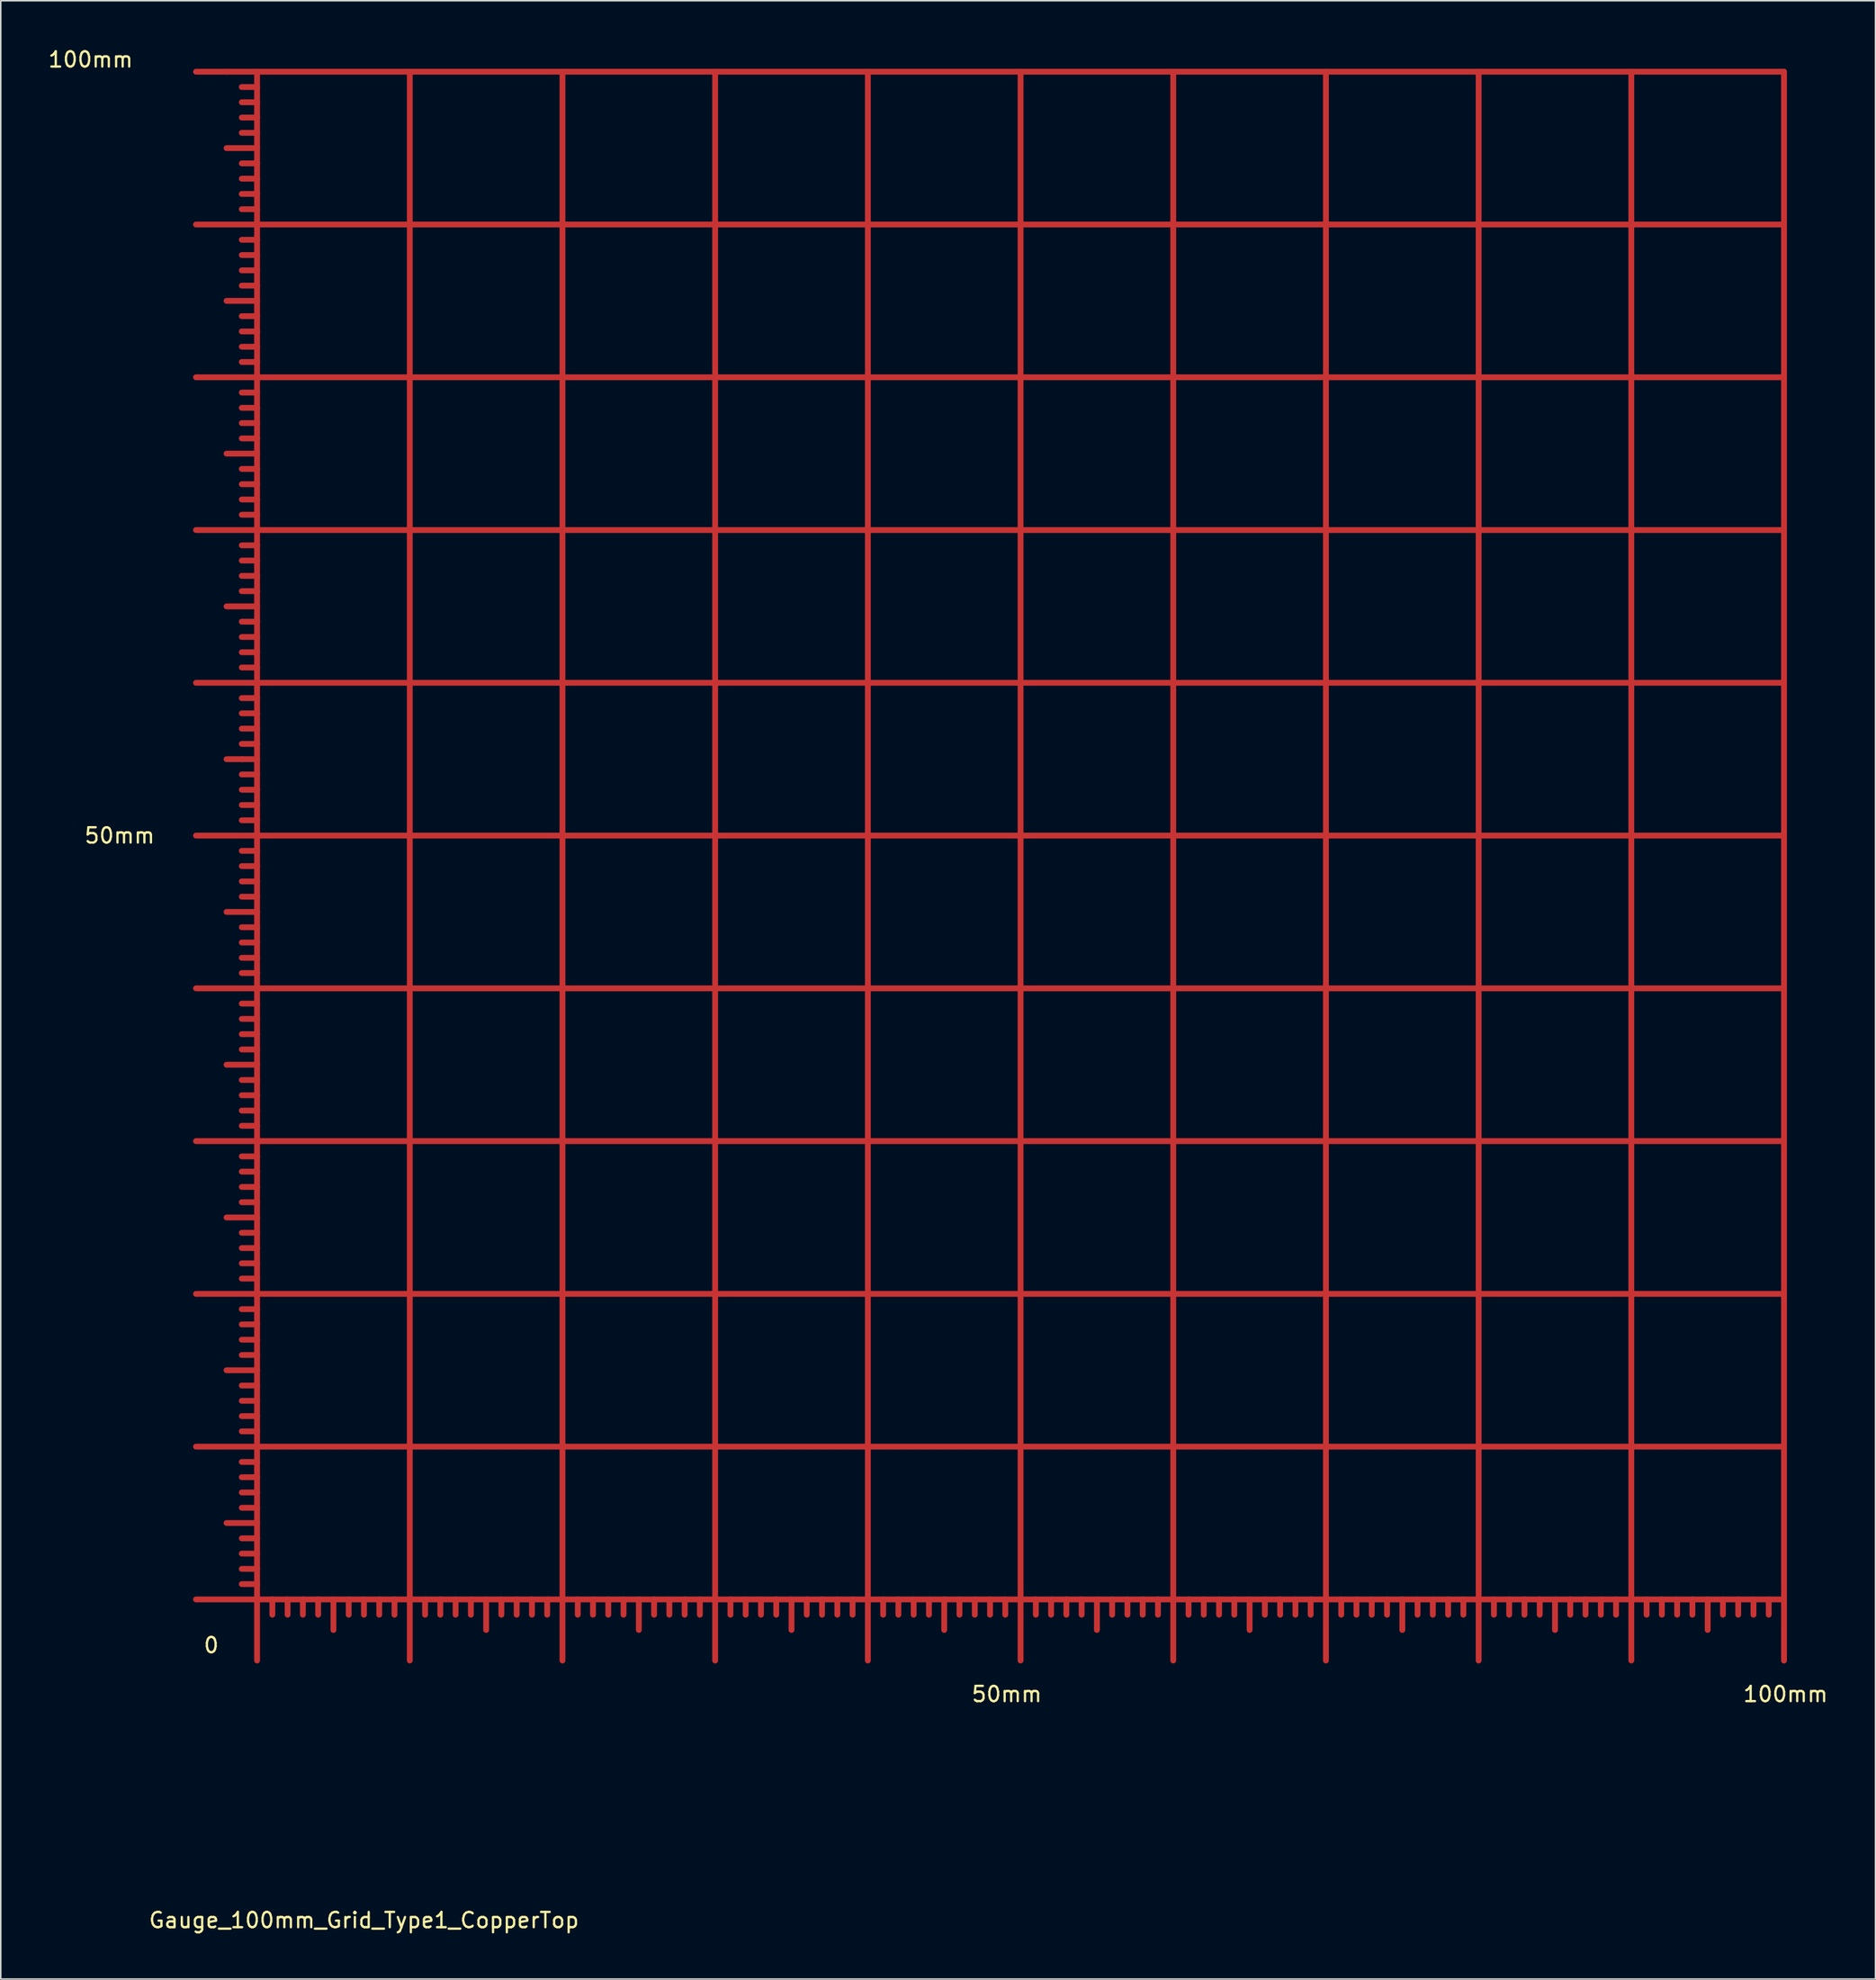
<source format=kicad_pcb>
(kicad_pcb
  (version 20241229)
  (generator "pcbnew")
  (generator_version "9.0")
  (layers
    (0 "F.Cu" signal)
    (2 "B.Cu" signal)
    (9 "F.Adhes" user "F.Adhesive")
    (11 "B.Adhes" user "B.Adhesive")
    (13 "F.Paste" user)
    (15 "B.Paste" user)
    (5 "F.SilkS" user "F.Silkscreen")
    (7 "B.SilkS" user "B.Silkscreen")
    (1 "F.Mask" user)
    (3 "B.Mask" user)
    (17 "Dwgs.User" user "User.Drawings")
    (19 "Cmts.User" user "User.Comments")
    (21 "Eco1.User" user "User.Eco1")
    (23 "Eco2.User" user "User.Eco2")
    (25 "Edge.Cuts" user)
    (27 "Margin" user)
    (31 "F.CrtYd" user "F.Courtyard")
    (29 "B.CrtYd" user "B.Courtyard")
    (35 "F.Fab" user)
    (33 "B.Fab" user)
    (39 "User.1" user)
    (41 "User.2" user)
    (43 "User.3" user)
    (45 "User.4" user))
  (footprint "Gauge_100mm_Grid_Type1_CopperTop"
    (layer "F.Cu")
    (at 13.786 101.646)
    (property "Reference" "Gauge_100mm_Grid_Type1_CopperTop" (at 7 21.001 0) (layer "F.SilkS") (effects (font (size 1 1) (thickness 0.15))))
    (attr through_hole)
    (fp_line (start -1.999 -100) (end -4 -100) (stroke (width 0.381) (type solid)) (layer "F.Cu"))
    (fp_line (start -1.001 -55.001) (end -1.999 -55.001) (stroke (width 0.381) (type solid)) (layer "F.Cu"))
    (fp_line (start 0 -100) (end -1.999 -100) (stroke (width 0.381) (type solid)) (layer "F.Cu"))
    (fp_line (start 0 -100) (end 100 -100) (stroke (width 0.381) (type solid)) (layer "F.Cu"))
    (fp_line (start 0 -98.999) (end -1.001 -98.999) (stroke (width 0.381) (type solid)) (layer "F.Cu"))
    (fp_line (start 0 -98.001) (end -1.001 -98.001) (stroke (width 0.381) (type solid)) (layer "F.Cu"))
    (fp_line (start 0 -97) (end -1.001 -97) (stroke (width 0.381) (type solid)) (layer "F.Cu"))
    (fp_line (start 0 -95.999) (end -1.001 -95.999) (stroke (width 0.381) (type solid)) (layer "F.Cu"))
    (fp_line (start 0 -95.001) (end -1.999 -95.001) (stroke (width 0.381) (type solid)) (layer "F.Cu"))
    (fp_line (start 0 -94) (end -1.001 -94) (stroke (width 0.381) (type solid)) (layer "F.Cu"))
    (fp_line (start 0 -93) (end -1.001 -93) (stroke (width 0.381) (type solid)) (layer "F.Cu"))
    (fp_line (start 0 -91.999) (end -1.001 -91.999) (stroke (width 0.381) (type solid)) (layer "F.Cu"))
    (fp_line (start 0 -91.001) (end -1.001 -91.001) (stroke (width 0.381) (type solid)) (layer "F.Cu"))
    (fp_line (start 0 -90) (end -4 -90) (stroke (width 0.381) (type solid)) (layer "F.Cu"))
    (fp_line (start 0 -90) (end 100 -90) (stroke (width 0.381) (type solid)) (layer "F.Cu"))
    (fp_line (start 0 -88.999) (end -1.001 -88.999) (stroke (width 0.381) (type solid)) (layer "F.Cu"))
    (fp_line (start 0 -88.001) (end -1.001 -88.001) (stroke (width 0.381) (type solid)) (layer "F.Cu"))
    (fp_line (start 0 -87) (end -1.001 -87) (stroke (width 0.381) (type solid)) (layer "F.Cu"))
    (fp_line (start 0 -85.999) (end -1.001 -85.999) (stroke (width 0.381) (type solid)) (layer "F.Cu"))
    (fp_line (start 0 -85.001) (end -1.999 -85.001) (stroke (width 0.381) (type solid)) (layer "F.Cu"))
    (fp_line (start 0 -84) (end -1.001 -84) (stroke (width 0.381) (type solid)) (layer "F.Cu"))
    (fp_line (start 0 -83) (end -1.001 -83) (stroke (width 0.381) (type solid)) (layer "F.Cu"))
    (fp_line (start 0 -81.999) (end -1.001 -81.999) (stroke (width 0.381) (type solid)) (layer "F.Cu"))
    (fp_line (start 0 -81.001) (end -1.001 -81.001) (stroke (width 0.381) (type solid)) (layer "F.Cu"))
    (fp_line (start 0 -80) (end -4 -80) (stroke (width 0.381) (type solid)) (layer "F.Cu"))
    (fp_line (start 0 -80) (end 100 -80) (stroke (width 0.381) (type solid)) (layer "F.Cu"))
    (fp_line (start 0 -78.999) (end -1.001 -78.999) (stroke (width 0.381) (type solid)) (layer "F.Cu"))
    (fp_line (start 0 -78.001) (end -1.001 -78.001) (stroke (width 0.381) (type solid)) (layer "F.Cu"))
    (fp_line (start 0 -77) (end -1.001 -77) (stroke (width 0.381) (type solid)) (layer "F.Cu"))
    (fp_line (start 0 -75.999) (end -1.001 -75.999) (stroke (width 0.381) (type solid)) (layer "F.Cu"))
    (fp_line (start 0 -75.001) (end -1.999 -75.001) (stroke (width 0.381) (type solid)) (layer "F.Cu"))
    (fp_line (start 0 -74) (end -1.001 -74) (stroke (width 0.381) (type solid)) (layer "F.Cu"))
    (fp_line (start 0 -73) (end -1.001 -73) (stroke (width 0.381) (type solid)) (layer "F.Cu"))
    (fp_line (start 0 -71.999) (end -1.001 -71.999) (stroke (width 0.381) (type solid)) (layer "F.Cu"))
    (fp_line (start 0 -71.001) (end -1.001 -71.001) (stroke (width 0.381) (type solid)) (layer "F.Cu"))
    (fp_line (start 0 -70) (end -4 -70) (stroke (width 0.381) (type solid)) (layer "F.Cu"))
    (fp_line (start 0 -70) (end 100 -70) (stroke (width 0.381) (type solid)) (layer "F.Cu"))
    (fp_line (start 0 -68.999) (end -1.001 -68.999) (stroke (width 0.381) (type solid)) (layer "F.Cu"))
    (fp_line (start 0 -68.001) (end -1.001 -68.001) (stroke (width 0.381) (type solid)) (layer "F.Cu"))
    (fp_line (start 0 -67) (end -1.001 -67) (stroke (width 0.381) (type solid)) (layer "F.Cu"))
    (fp_line (start 0 -65.999) (end -1.001 -65.999) (stroke (width 0.381) (type solid)) (layer "F.Cu"))
    (fp_line (start 0 -65.001) (end -1.999 -65.001) (stroke (width 0.381) (type solid)) (layer "F.Cu"))
    (fp_line (start 0 -64) (end -1.001 -64) (stroke (width 0.381) (type solid)) (layer "F.Cu"))
    (fp_line (start 0 -63) (end -1.001 -63) (stroke (width 0.381) (type solid)) (layer "F.Cu"))
    (fp_line (start 0 -61.999) (end -1.001 -61.999) (stroke (width 0.381) (type solid)) (layer "F.Cu"))
    (fp_line (start 0 -61.001) (end -1.001 -61.001) (stroke (width 0.381) (type solid)) (layer "F.Cu"))
    (fp_line (start 0 -60) (end -4 -60) (stroke (width 0.381) (type solid)) (layer "F.Cu"))
    (fp_line (start 0 -60) (end 100 -60) (stroke (width 0.381) (type solid)) (layer "F.Cu"))
    (fp_line (start 0 -58.999) (end -1.001 -58.999) (stroke (width 0.381) (type solid)) (layer "F.Cu"))
    (fp_line (start 0 -58.001) (end -1.001 -58.001) (stroke (width 0.381) (type solid)) (layer "F.Cu"))
    (fp_line (start 0 -57) (end -1.001 -57) (stroke (width 0.381) (type solid)) (layer "F.Cu"))
    (fp_line (start 0 -55.999) (end -1.001 -55.999) (stroke (width 0.381) (type solid)) (layer "F.Cu"))
    (fp_line (start 0 -55.001) (end -1.001 -55.001) (stroke (width 0.381) (type solid)) (layer "F.Cu"))
    (fp_line (start 0 -54) (end -1.001 -54) (stroke (width 0.381) (type solid)) (layer "F.Cu"))
    (fp_line (start 0 -53) (end -1.001 -53) (stroke (width 0.381) (type solid)) (layer "F.Cu"))
    (fp_line (start 0 -51.999) (end -1.001 -51.999) (stroke (width 0.381) (type solid)) (layer "F.Cu"))
    (fp_line (start 0 -51.001) (end -1.001 -51.001) (stroke (width 0.381) (type solid)) (layer "F.Cu"))
    (fp_line (start 0 -50) (end -4 -50) (stroke (width 0.381) (type solid)) (layer "F.Cu"))
    (fp_line (start 0 -50) (end 100 -50) (stroke (width 0.381) (type solid)) (layer "F.Cu"))
    (fp_line (start 0 -48.999) (end -1.001 -48.999) (stroke (width 0.381) (type solid)) (layer "F.Cu"))
    (fp_line (start 0 -48.001) (end -1.001 -48.001) (stroke (width 0.381) (type solid)) (layer "F.Cu"))
    (fp_line (start 0 -47) (end -1.001 -47) (stroke (width 0.381) (type solid)) (layer "F.Cu"))
    (fp_line (start 0 -45.999) (end -1.001 -45.999) (stroke (width 0.381) (type solid)) (layer "F.Cu"))
    (fp_line (start 0 -45.001) (end -1.999 -45.001) (stroke (width 0.381) (type solid)) (layer "F.Cu"))
    (fp_line (start 0 -44) (end -1.001 -44) (stroke (width 0.381) (type solid)) (layer "F.Cu"))
    (fp_line (start 0 -43) (end -1.001 -43) (stroke (width 0.381) (type solid)) (layer "F.Cu"))
    (fp_line (start 0 -41.999) (end -1.001 -41.999) (stroke (width 0.381) (type solid)) (layer "F.Cu"))
    (fp_line (start 0 -41.001) (end -1.001 -41.001) (stroke (width 0.381) (type solid)) (layer "F.Cu"))
    (fp_line (start 0 -40) (end -4 -40) (stroke (width 0.381) (type solid)) (layer "F.Cu"))
    (fp_line (start 0 -40) (end 100 -40) (stroke (width 0.381) (type solid)) (layer "F.Cu"))
    (fp_line (start 0 -38.999) (end -1.001 -38.999) (stroke (width 0.381) (type solid)) (layer "F.Cu"))
    (fp_line (start 0 -38.001) (end -1.001 -38.001) (stroke (width 0.381) (type solid)) (layer "F.Cu"))
    (fp_line (start 0 -37) (end -1.001 -37) (stroke (width 0.381) (type solid)) (layer "F.Cu"))
    (fp_line (start 0 -35.999) (end -1.001 -35.999) (stroke (width 0.381) (type solid)) (layer "F.Cu"))
    (fp_line (start 0 -35.001) (end -1.999 -35.001) (stroke (width 0.381) (type solid)) (layer "F.Cu"))
    (fp_line (start 0 -34) (end -1.001 -34) (stroke (width 0.381) (type solid)) (layer "F.Cu"))
    (fp_line (start 0 -33) (end -1.001 -33) (stroke (width 0.381) (type solid)) (layer "F.Cu"))
    (fp_line (start 0 -31.999) (end -1.001 -31.999) (stroke (width 0.381) (type solid)) (layer "F.Cu"))
    (fp_line (start 0 -31.001) (end -1.001 -31.001) (stroke (width 0.381) (type solid)) (layer "F.Cu"))
    (fp_line (start 0 -30) (end -4 -30) (stroke (width 0.381) (type solid)) (layer "F.Cu"))
    (fp_line (start 0 -30) (end 100 -30) (stroke (width 0.381) (type solid)) (layer "F.Cu"))
    (fp_line (start 0 -28.999) (end -1.001 -28.999) (stroke (width 0.381) (type solid)) (layer "F.Cu"))
    (fp_line (start 0 -28.001) (end -1.001 -28.001) (stroke (width 0.381) (type solid)) (layer "F.Cu"))
    (fp_line (start 0 -27) (end -1.001 -27) (stroke (width 0.381) (type solid)) (layer "F.Cu"))
    (fp_line (start 0 -25.999) (end -1.001 -25.999) (stroke (width 0.381) (type solid)) (layer "F.Cu"))
    (fp_line (start 0 -25.001) (end -1.999 -25.001) (stroke (width 0.381) (type solid)) (layer "F.Cu"))
    (fp_line (start 0 -24) (end -1.001 -24) (stroke (width 0.381) (type solid)) (layer "F.Cu"))
    (fp_line (start 0 -23) (end -1.001 -23) (stroke (width 0.381) (type solid)) (layer "F.Cu"))
    (fp_line (start 0 -21.999) (end -1.001 -21.999) (stroke (width 0.381) (type solid)) (layer "F.Cu"))
    (fp_line (start 0 -21.001) (end -1.001 -21.001) (stroke (width 0.381) (type solid)) (layer "F.Cu"))
    (fp_line (start 0 -20) (end -4 -20) (stroke (width 0.381) (type solid)) (layer "F.Cu"))
    (fp_line (start 0 -20) (end 100 -20) (stroke (width 0.381) (type solid)) (layer "F.Cu"))
    (fp_line (start 0 -18.999) (end -1.001 -18.999) (stroke (width 0.381) (type solid)) (layer "F.Cu"))
    (fp_line (start 0 -18.001) (end -1.001 -18.001) (stroke (width 0.381) (type solid)) (layer "F.Cu"))
    (fp_line (start 0 -17) (end -1.001 -17) (stroke (width 0.381) (type solid)) (layer "F.Cu"))
    (fp_line (start 0 -15.999) (end -1.001 -15.999) (stroke (width 0.381) (type solid)) (layer "F.Cu"))
    (fp_line (start 0 -15.001) (end -1.999 -15.001) (stroke (width 0.381) (type solid)) (layer "F.Cu"))
    (fp_line (start 0 -14) (end -1.001 -14) (stroke (width 0.381) (type solid)) (layer "F.Cu"))
    (fp_line (start 0 -13) (end -1.001 -13) (stroke (width 0.381) (type solid)) (layer "F.Cu"))
    (fp_line (start 0 -11.999) (end -1.001 -11.999) (stroke (width 0.381) (type solid)) (layer "F.Cu"))
    (fp_line (start 0 -11.001) (end -1.001 -11.001) (stroke (width 0.381) (type solid)) (layer "F.Cu"))
    (fp_line (start 0 -10) (end -4 -10) (stroke (width 0.381) (type solid)) (layer "F.Cu"))
    (fp_line (start 0 -10) (end 100 -10) (stroke (width 0.381) (type solid)) (layer "F.Cu"))
    (fp_line (start 0 -8.999) (end -1.001 -8.999) (stroke (width 0.381) (type solid)) (layer "F.Cu"))
    (fp_line (start 0 -8.001) (end -1.001 -8.001) (stroke (width 0.381) (type solid)) (layer "F.Cu"))
    (fp_line (start 0 -7) (end -1.001 -7) (stroke (width 0.381) (type solid)) (layer "F.Cu"))
    (fp_line (start 0 -5.999) (end -1.001 -5.999) (stroke (width 0.381) (type solid)) (layer "F.Cu"))
    (fp_line (start 0 -5.001) (end -1.999 -5.001) (stroke (width 0.381) (type solid)) (layer "F.Cu"))
    (fp_line (start 0 -4) (end -1.001 -4) (stroke (width 0.381) (type solid)) (layer "F.Cu"))
    (fp_line (start 0 -3) (end -1.001 -3) (stroke (width 0.381) (type solid)) (layer "F.Cu"))
    (fp_line (start 0 -1.999) (end -1.001 -1.999) (stroke (width 0.381) (type solid)) (layer "F.Cu"))
    (fp_line (start 0 -1.001) (end -1.001 -1.001) (stroke (width 0.381) (type solid)) (layer "F.Cu"))
    (fp_line (start 0 0) (end -4 0) (stroke (width 0.381) (type solid)) (layer "F.Cu"))
    (fp_line (start 0 0) (end 0 -100) (stroke (width 0.381) (type solid)) (layer "F.Cu"))
    (fp_line (start 0 0) (end 0 4) (stroke (width 0.381) (type solid)) (layer "F.Cu"))
    (fp_line (start 0 0) (end 100 0) (stroke (width 0.381) (type solid)) (layer "F.Cu"))
    (fp_line (start 1.001 0) (end 1.001 1.001) (stroke (width 0.381) (type solid)) (layer "F.Cu"))
    (fp_line (start 1.999 0) (end 1.999 1.001) (stroke (width 0.381) (type solid)) (layer "F.Cu"))
    (fp_line (start 3 0) (end 3 1.001) (stroke (width 0.381) (type solid)) (layer "F.Cu"))
    (fp_line (start 4 0) (end 4 1.001) (stroke (width 0.381) (type solid)) (layer "F.Cu"))
    (fp_line (start 5.001 0) (end 5.001 1.999) (stroke (width 0.381) (type solid)) (layer "F.Cu"))
    (fp_line (start 5.999 0) (end 5.999 1.001) (stroke (width 0.381) (type solid)) (layer "F.Cu"))
    (fp_line (start 7 0) (end 7 1.001) (stroke (width 0.381) (type solid)) (layer "F.Cu"))
    (fp_line (start 8.001 0) (end 8.001 1.001) (stroke (width 0.381) (type solid)) (layer "F.Cu"))
    (fp_line (start 8.999 0) (end 8.999 1.001) (stroke (width 0.381) (type solid)) (layer "F.Cu"))
    (fp_line (start 10 0) (end 10 -100) (stroke (width 0.381) (type solid)) (layer "F.Cu"))
    (fp_line (start 10 0) (end 10 4) (stroke (width 0.381) (type solid)) (layer "F.Cu"))
    (fp_line (start 11.001 0) (end 11.001 1.001) (stroke (width 0.381) (type solid)) (layer "F.Cu"))
    (fp_line (start 11.999 0) (end 11.999 1.001) (stroke (width 0.381) (type solid)) (layer "F.Cu"))
    (fp_line (start 13 0) (end 13 1.001) (stroke (width 0.381) (type solid)) (layer "F.Cu"))
    (fp_line (start 14 0) (end 14 1.001) (stroke (width 0.381) (type solid)) (layer "F.Cu"))
    (fp_line (start 15.001 0) (end 15.001 1.999) (stroke (width 0.381) (type solid)) (layer "F.Cu"))
    (fp_line (start 15.999 0) (end 15.999 1.001) (stroke (width 0.381) (type solid)) (layer "F.Cu"))
    (fp_line (start 17 0) (end 17 1.001) (stroke (width 0.381) (type solid)) (layer "F.Cu"))
    (fp_line (start 18.001 0) (end 18.001 1.001) (stroke (width 0.381) (type solid)) (layer "F.Cu"))
    (fp_line (start 18.999 0) (end 18.999 1.001) (stroke (width 0.381) (type solid)) (layer "F.Cu"))
    (fp_line (start 20 0) (end 20 -100) (stroke (width 0.381) (type solid)) (layer "F.Cu"))
    (fp_line (start 20 0) (end 20 4) (stroke (width 0.381) (type solid)) (layer "F.Cu"))
    (fp_line (start 21.001 0) (end 21.001 1.001) (stroke (width 0.381) (type solid)) (layer "F.Cu"))
    (fp_line (start 21.999 0) (end 21.999 1.001) (stroke (width 0.381) (type solid)) (layer "F.Cu"))
    (fp_line (start 23 0) (end 23 1.001) (stroke (width 0.381) (type solid)) (layer "F.Cu"))
    (fp_line (start 24 0) (end 24 1.001) (stroke (width 0.381) (type solid)) (layer "F.Cu"))
    (fp_line (start 25.001 0) (end 25.001 1.999) (stroke (width 0.381) (type solid)) (layer "F.Cu"))
    (fp_line (start 25.999 0) (end 25.999 1.001) (stroke (width 0.381) (type solid)) (layer "F.Cu"))
    (fp_line (start 27 0) (end 27 1.001) (stroke (width 0.381) (type solid)) (layer "F.Cu"))
    (fp_line (start 28.001 0) (end 28.001 1.001) (stroke (width 0.381) (type solid)) (layer "F.Cu"))
    (fp_line (start 28.999 0) (end 28.999 1.001) (stroke (width 0.381) (type solid)) (layer "F.Cu"))
    (fp_line (start 30 0) (end 30 -100) (stroke (width 0.381) (type solid)) (layer "F.Cu"))
    (fp_line (start 30 0) (end 30 4) (stroke (width 0.381) (type solid)) (layer "F.Cu"))
    (fp_line (start 31.001 0) (end 31.001 1.001) (stroke (width 0.381) (type solid)) (layer "F.Cu"))
    (fp_line (start 31.999 0) (end 31.999 1.001) (stroke (width 0.381) (type solid)) (layer "F.Cu"))
    (fp_line (start 33 0) (end 33 1.001) (stroke (width 0.381) (type solid)) (layer "F.Cu"))
    (fp_line (start 34 0) (end 34 1.001) (stroke (width 0.381) (type solid)) (layer "F.Cu"))
    (fp_line (start 35.001 0) (end 35.001 1.999) (stroke (width 0.381) (type solid)) (layer "F.Cu"))
    (fp_line (start 35.999 0) (end 35.999 1.001) (stroke (width 0.381) (type solid)) (layer "F.Cu"))
    (fp_line (start 37 0) (end 37 1.001) (stroke (width 0.381) (type solid)) (layer "F.Cu"))
    (fp_line (start 38.001 0) (end 38.001 1.001) (stroke (width 0.381) (type solid)) (layer "F.Cu"))
    (fp_line (start 38.999 0) (end 38.999 1.001) (stroke (width 0.381) (type solid)) (layer "F.Cu"))
    (fp_line (start 40 0) (end 40 -100) (stroke (width 0.381) (type solid)) (layer "F.Cu"))
    (fp_line (start 40 0) (end 40 4) (stroke (width 0.381) (type solid)) (layer "F.Cu"))
    (fp_line (start 41.001 0) (end 41.001 1.001) (stroke (width 0.381) (type solid)) (layer "F.Cu"))
    (fp_line (start 41.999 0) (end 41.999 1.001) (stroke (width 0.381) (type solid)) (layer "F.Cu"))
    (fp_line (start 43 0) (end 43 1.001) (stroke (width 0.381) (type solid)) (layer "F.Cu"))
    (fp_line (start 44 0) (end 44 1.001) (stroke (width 0.381) (type solid)) (layer "F.Cu"))
    (fp_line (start 45.001 0) (end 45.001 1.999) (stroke (width 0.381) (type solid)) (layer "F.Cu"))
    (fp_line (start 45.999 0) (end 45.999 1.001) (stroke (width 0.381) (type solid)) (layer "F.Cu"))
    (fp_line (start 47 0) (end 47 1.001) (stroke (width 0.381) (type solid)) (layer "F.Cu"))
    (fp_line (start 48.001 0) (end 48.001 1.001) (stroke (width 0.381) (type solid)) (layer "F.Cu"))
    (fp_line (start 48.999 0) (end 48.999 1.001) (stroke (width 0.381) (type solid)) (layer "F.Cu"))
    (fp_line (start 50 0) (end 50 -100) (stroke (width 0.381) (type solid)) (layer "F.Cu"))
    (fp_line (start 50 0) (end 50 4) (stroke (width 0.381) (type solid)) (layer "F.Cu"))
    (fp_line (start 51.001 0) (end 51.001 1.001) (stroke (width 0.381) (type solid)) (layer "F.Cu"))
    (fp_line (start 51.999 0) (end 51.999 1.001) (stroke (width 0.381) (type solid)) (layer "F.Cu"))
    (fp_line (start 53 0) (end 53 1.001) (stroke (width 0.381) (type solid)) (layer "F.Cu"))
    (fp_line (start 54 0) (end 54 1.001) (stroke (width 0.381) (type solid)) (layer "F.Cu"))
    (fp_line (start 55.001 0) (end 55.001 1.999) (stroke (width 0.381) (type solid)) (layer "F.Cu"))
    (fp_line (start 55.999 0) (end 55.999 1.001) (stroke (width 0.381) (type solid)) (layer "F.Cu"))
    (fp_line (start 57 0) (end 57 1.001) (stroke (width 0.381) (type solid)) (layer "F.Cu"))
    (fp_line (start 58.001 0) (end 58.001 1.001) (stroke (width 0.381) (type solid)) (layer "F.Cu"))
    (fp_line (start 58.999 0) (end 58.999 1.001) (stroke (width 0.381) (type solid)) (layer "F.Cu"))
    (fp_line (start 60 -100) (end 60 0) (stroke (width 0.381) (type solid)) (layer "F.Cu"))
    (fp_line (start 60 0) (end 60 4) (stroke (width 0.381) (type solid)) (layer "F.Cu"))
    (fp_line (start 61.001 0) (end 61.001 1.001) (stroke (width 0.381) (type solid)) (layer "F.Cu"))
    (fp_line (start 61.999 0) (end 61.999 1.001) (stroke (width 0.381) (type solid)) (layer "F.Cu"))
    (fp_line (start 63 0) (end 63 1.001) (stroke (width 0.381) (type solid)) (layer "F.Cu"))
    (fp_line (start 64 0) (end 64 1.001) (stroke (width 0.381) (type solid)) (layer "F.Cu"))
    (fp_line (start 65.001 0) (end 65.001 1.999) (stroke (width 0.381) (type solid)) (layer "F.Cu"))
    (fp_line (start 65.999 0) (end 65.999 1.001) (stroke (width 0.381) (type solid)) (layer "F.Cu"))
    (fp_line (start 67 0) (end 67 1.001) (stroke (width 0.381) (type solid)) (layer "F.Cu"))
    (fp_line (start 68.001 0) (end 68.001 1.001) (stroke (width 0.381) (type solid)) (layer "F.Cu"))
    (fp_line (start 68.999 0) (end 68.999 1.001) (stroke (width 0.381) (type solid)) (layer "F.Cu"))
    (fp_line (start 70 0) (end 70 -100) (stroke (width 0.381) (type solid)) (layer "F.Cu"))
    (fp_line (start 70 0) (end 70 4) (stroke (width 0.381) (type solid)) (layer "F.Cu"))
    (fp_line (start 71.001 0) (end 71.001 1.001) (stroke (width 0.381) (type solid)) (layer "F.Cu"))
    (fp_line (start 71.999 0) (end 71.999 1.001) (stroke (width 0.381) (type solid)) (layer "F.Cu"))
    (fp_line (start 73 0) (end 73 1.001) (stroke (width 0.381) (type solid)) (layer "F.Cu"))
    (fp_line (start 74 0) (end 74 1.001) (stroke (width 0.381) (type solid)) (layer "F.Cu"))
    (fp_line (start 75.001 0) (end 75.001 1.999) (stroke (width 0.381) (type solid)) (layer "F.Cu"))
    (fp_line (start 75.999 0) (end 75.999 1.001) (stroke (width 0.381) (type solid)) (layer "F.Cu"))
    (fp_line (start 77 0) (end 77 1.001) (stroke (width 0.381) (type solid)) (layer "F.Cu"))
    (fp_line (start 78.001 0) (end 78.001 1.001) (stroke (width 0.381) (type solid)) (layer "F.Cu"))
    (fp_line (start 78.999 0) (end 78.999 1.001) (stroke (width 0.381) (type solid)) (layer "F.Cu"))
    (fp_line (start 80 -100) (end 80 0) (stroke (width 0.381) (type solid)) (layer "F.Cu"))
    (fp_line (start 80 0) (end 80 4) (stroke (width 0.381) (type solid)) (layer "F.Cu"))
    (fp_line (start 81.001 0) (end 81.001 1.001) (stroke (width 0.381) (type solid)) (layer "F.Cu"))
    (fp_line (start 81.999 0) (end 81.999 1.001) (stroke (width 0.381) (type solid)) (layer "F.Cu"))
    (fp_line (start 83 0) (end 83 1.001) (stroke (width 0.381) (type solid)) (layer "F.Cu"))
    (fp_line (start 84 0) (end 84 1.001) (stroke (width 0.381) (type solid)) (layer "F.Cu"))
    (fp_line (start 85.001 0) (end 85.001 1.999) (stroke (width 0.381) (type solid)) (layer "F.Cu"))
    (fp_line (start 85.999 0) (end 85.999 1.001) (stroke (width 0.381) (type solid)) (layer "F.Cu"))
    (fp_line (start 87 0) (end 87 1.001) (stroke (width 0.381) (type solid)) (layer "F.Cu"))
    (fp_line (start 88.001 0) (end 88.001 1.001) (stroke (width 0.381) (type solid)) (layer "F.Cu"))
    (fp_line (start 88.999 0) (end 88.999 1.001) (stroke (width 0.381) (type solid)) (layer "F.Cu"))
    (fp_line (start 90 0) (end 90 -100) (stroke (width 0.381) (type solid)) (layer "F.Cu"))
    (fp_line (start 90 0) (end 90 4) (stroke (width 0.381) (type solid)) (layer "F.Cu"))
    (fp_line (start 91.001 0) (end 91.001 1.001) (stroke (width 0.381) (type solid)) (layer "F.Cu"))
    (fp_line (start 91.999 0) (end 91.999 1.001) (stroke (width 0.381) (type solid)) (layer "F.Cu"))
    (fp_line (start 93 0) (end 93 1.001) (stroke (width 0.381) (type solid)) (layer "F.Cu"))
    (fp_line (start 94 0) (end 94 1.001) (stroke (width 0.381) (type solid)) (layer "F.Cu"))
    (fp_line (start 95.001 0) (end 95.001 1.999) (stroke (width 0.381) (type solid)) (layer "F.Cu"))
    (fp_line (start 95.999 0) (end 95.999 1.001) (stroke (width 0.381) (type solid)) (layer "F.Cu"))
    (fp_line (start 97 0) (end 97 1.001) (stroke (width 0.381) (type solid)) (layer "F.Cu"))
    (fp_line (start 98.001 0) (end 98.001 1.001) (stroke (width 0.381) (type solid)) (layer "F.Cu"))
    (fp_line (start 98.999 0) (end 98.999 1.001) (stroke (width 0.381) (type solid)) (layer "F.Cu"))
    (fp_line (start 100 -100) (end 100 0) (stroke (width 0.381) (type solid)) (layer "F.Cu"))
    (fp_line (start 100 0) (end 100 4) (stroke (width 0.381) (type solid)) (layer "F.Cu"))
    (fp_text user "0" (at -3 3 0) (layer "F.SilkS") (effects (font (size 1 1) (thickness 0.15))))
    (fp_text user "50mm" (at -8.999 -50 0) (layer "F.SilkS") (effects (font (size 1 1) (thickness 0.15))))
    (fp_text user "100mm" (at -10.899 -100.797 0) (layer "F.SilkS") (effects (font (size 1 1) (thickness 0.15))))
    (fp_text user "50mm" (at 49.101 6.203 0) (layer "F.SilkS") (effects (font (size 1 1) (thickness 0.15))))
    (fp_text user "100mm" (at 100.101 6.203 0) (layer "F.SilkS") (effects (font (size 1 1) (thickness 0.15)))))
  (gr_rect
    (start -3 -3)
    (end 119.774 126.495)
    (stroke (width 0.1) (type default))
    (fill no)
    (layer "Edge.Cuts")))
</source>
